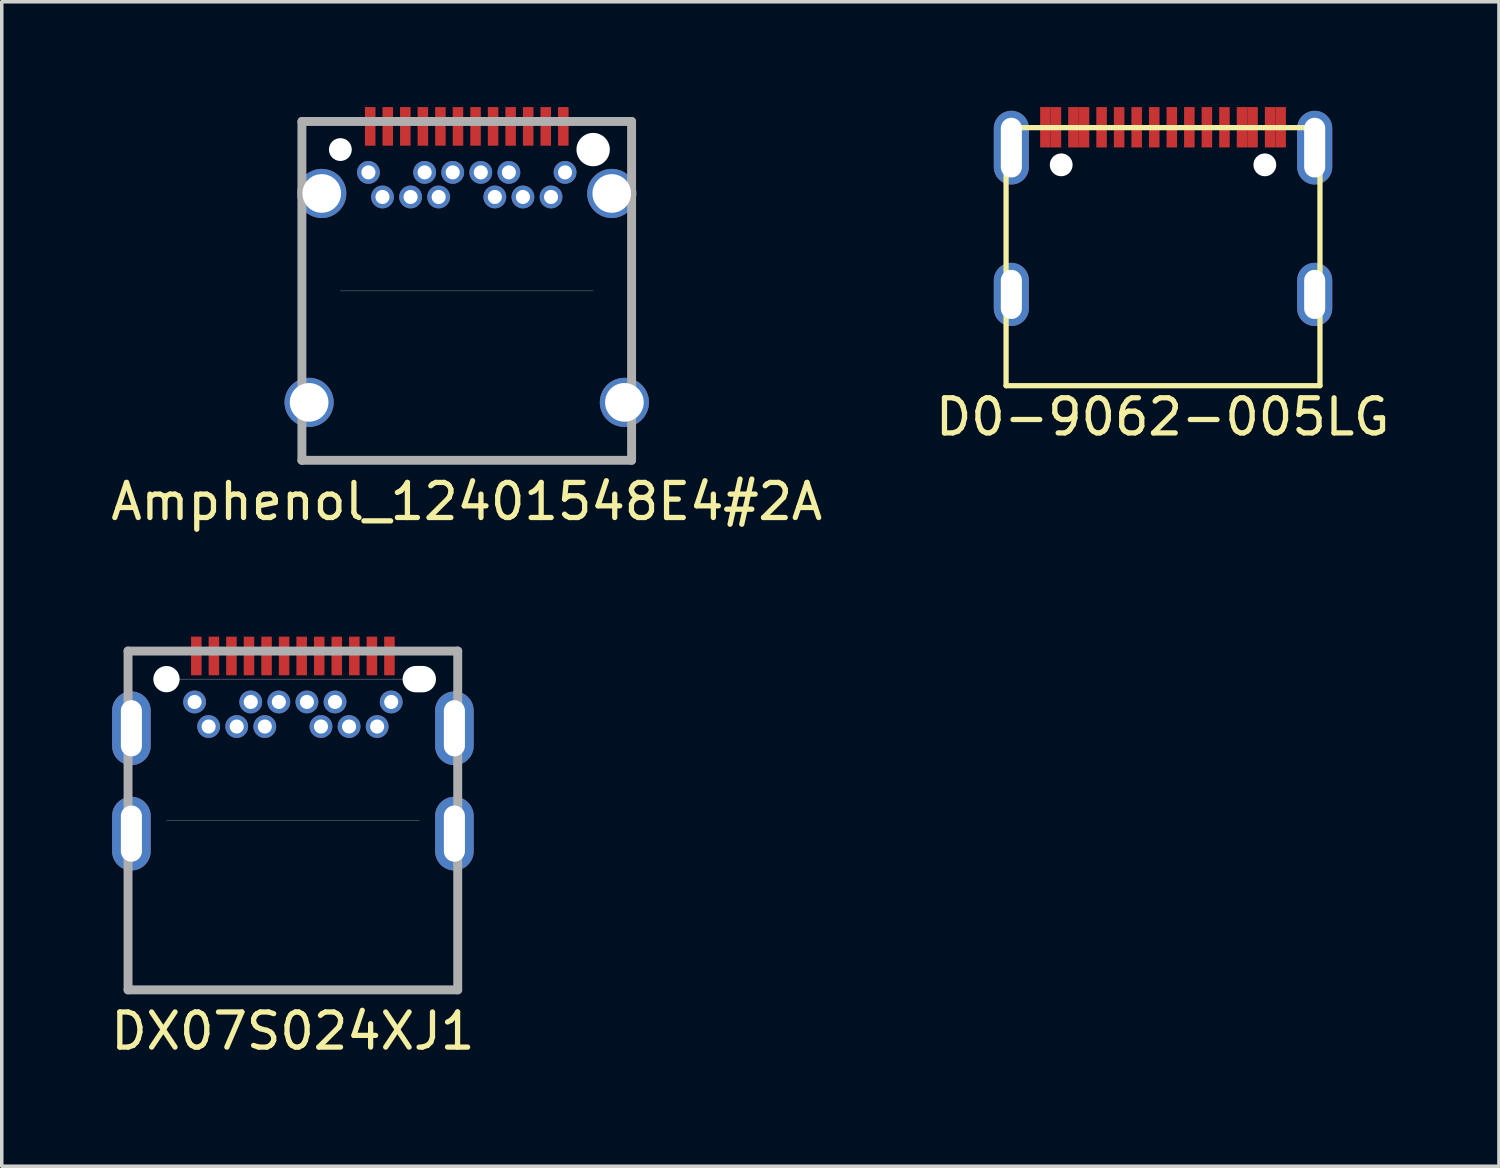
<source format=kicad_pcb>
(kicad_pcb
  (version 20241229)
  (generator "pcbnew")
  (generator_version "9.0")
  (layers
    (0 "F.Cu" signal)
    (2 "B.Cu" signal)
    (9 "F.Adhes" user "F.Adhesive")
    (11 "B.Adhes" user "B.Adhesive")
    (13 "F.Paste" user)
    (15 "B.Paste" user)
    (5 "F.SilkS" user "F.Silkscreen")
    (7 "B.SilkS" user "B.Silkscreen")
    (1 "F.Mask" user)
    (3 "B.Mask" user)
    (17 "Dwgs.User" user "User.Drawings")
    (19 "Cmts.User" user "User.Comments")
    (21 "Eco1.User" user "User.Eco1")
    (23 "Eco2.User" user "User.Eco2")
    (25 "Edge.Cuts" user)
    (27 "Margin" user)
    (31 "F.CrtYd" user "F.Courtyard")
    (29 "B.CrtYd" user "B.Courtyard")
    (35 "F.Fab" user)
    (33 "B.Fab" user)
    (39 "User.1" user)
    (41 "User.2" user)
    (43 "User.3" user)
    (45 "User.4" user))
  (footprint "D0-9062-005LG"
    (layer "F.Cu")
    (at 30.075 4.255)
    (property "Reference" "D0-9062-005LG" (at -0.01 4.57 0) (layer "F.SilkS") (effects (font (size 1 1) (thickness 0.15))))
    (attr through_hole)
    (fp_line (start -4.47 -3.67) (end -4.47 3.68) (stroke (width 0.15) (type solid)) (layer "F.SilkS"))
    (fp_line (start -4.47 -3.67) (end 4.47 -3.67) (stroke (width 0.15) (type solid)) (layer "F.SilkS"))
    (fp_line (start -4.47 3.68) (end 4.47 3.68) (stroke (width 0.15) (type solid)) (layer "F.SilkS"))
    (fp_line (start 4.47 -3.67) (end 4.47 3.68) (stroke (width 0.15) (type solid)) (layer "F.SilkS"))
    (pad "" thru_hole oval (at -4.32 -3.1) (size 1 2.1) (drill oval 0.6 1.7) (layers "*.Cu" "*.Mask"))
    (pad "" thru_hole oval (at -4.32 1.08) (size 1 1.8) (drill oval 0.6 1.4) (layers "*.Cu" "*.Mask"))
    (pad "" np_thru_hole circle (at -2.9 -2.61) (size 0.65 0.65) (drill 0.65) (layers "*.Cu" "*.Mask"))
    (pad "" np_thru_hole circle (at 2.9 -2.61) (size 0.65 0.65) (drill 0.65) (layers "*.Cu" "*.Mask"))
    (pad "" thru_hole oval (at 4.32 -3.1) (size 1 2.1) (drill oval 0.6 1.7) (layers "*.Cu" "*.Mask"))
    (pad "" thru_hole oval (at 4.32 1.08) (size 1 1.8) (drill oval 0.6 1.4) (layers "*.Cu" "*.Mask"))
    (pad "A1" smd rect (at -3.35 -3.68) (size 0.3 1.15) (layers "F.Cu" "F.Mask" "F.Paste"))
    (pad "A4" smd rect (at -2.55 -3.68) (size 0.3 1.15) (layers "F.Cu" "F.Mask" "F.Paste"))
    (pad "A5" smd rect (at -1.25 -3.68) (size 0.3 1.15) (layers "F.Cu" "F.Mask" "F.Paste"))
    (pad "A6" smd rect (at -0.25 -3.68) (size 0.3 1.15) (layers "F.Cu" "F.Mask" "F.Paste"))
    (pad "A7" smd rect (at 0.25 -3.68) (size 0.3 1.15) (layers "F.Cu" "F.Mask" "F.Paste"))
    (pad "A8" smd rect (at 1.25 -3.68) (size 0.3 1.15) (layers "F.Cu" "F.Mask" "F.Paste"))
    (pad "A9" smd rect (at 2.55 -3.68) (size 0.3 1.15) (layers "F.Cu" "F.Mask" "F.Paste"))
    (pad "A12" smd rect (at 3.35 -3.68) (size 0.3 1.15) (layers "F.Cu" "F.Mask" "F.Paste"))
    (pad "B1" smd rect (at 3.05 -3.68) (size 0.3 1.15) (layers "F.Cu" "F.Mask" "F.Paste"))
    (pad "B4" smd rect (at 2.25 -3.68) (size 0.3 1.15) (layers "F.Cu" "F.Mask" "F.Paste"))
    (pad "B5" smd rect (at 1.75 -3.68) (size 0.3 1.15) (layers "F.Cu" "F.Mask" "F.Paste"))
    (pad "B6" smd rect (at 0.75 -3.68) (size 0.3 1.15) (layers "F.Cu" "F.Mask" "F.Paste"))
    (pad "B7" smd rect (at -0.75 -3.68) (size 0.3 1.15) (layers "F.Cu" "F.Mask" "F.Paste"))
    (pad "B8" smd rect (at -1.75 -3.68) (size 0.3 1.15) (layers "F.Cu" "F.Mask" "F.Paste"))
    (pad "B9" smd rect (at -2.25 -3.68) (size 0.3 1.15) (layers "F.Cu" "F.Mask" "F.Paste"))
    (pad "B12" smd rect (at -3.05 -3.68) (size 0.3 1.15) (layers "F.Cu" "F.Mask" "F.Paste")))
  (footprint "DX07S024XJ1"
    (layer "F.Cu")
    (at 5.292 20.318)
    (property "Reference" "DX07S024XJ1" (at 0 6 0) (layer "F.SilkS") (effects (font (size 1 1) (thickness 0.15))))
    (attr through_hole)
    (fp_line (start -4.695 -4.825) (end -4.695 4.825) (stroke (width 0.254) (type solid)) (layer "F.Fab"))
    (fp_line (start -4.695 -4.825) (end 4.695 -4.825) (stroke (width 0.254) (type solid)) (layer "F.Fab"))
    (fp_line (start -4.695 4.825) (end 4.695 4.825) (stroke (width 0.254) (type solid)) (layer "F.Fab"))
    (fp_line (start -3.6 -4.025) (end 3.6 -4.025) (stroke (width 0.01) (type solid)) (layer "F.Fab"))
    (fp_line (start -3.6 0) (end 3.6 0) (stroke (width 0.01) (type solid)) (layer "F.Fab"))
    (fp_line (start 4.695 -4.825) (end 4.695 4.825) (stroke (width 0.254) (type solid)) (layer "F.Fab"))
    (pad "" np_thru_hole oval (at -4.6 -2.625) (size 1.1 2.1) (drill oval 0.6 1.6) (layers "*.Cu" "*.Mask"))
    (pad "" np_thru_hole oval (at -4.6 0.375) (size 1.1 2.1) (drill oval 0.6 1.6) (layers "*.Cu" "*.Mask"))
    (pad "" np_thru_hole circle (at -3.6 -4.025) (size 0.75 0.75) (drill 0.75) (layers "*.Cu" "*.Mask"))
    (pad "" np_thru_hole oval (at 3.6 -4.025) (size 0.95 0.75) (drill oval 0.95 0.75) (layers "*.Cu" "*.Mask"))
    (pad "" np_thru_hole oval (at 4.6 -2.625) (size 1.1 2.1) (drill oval 0.6 1.6) (layers "*.Cu" "*.Mask"))
    (pad "" np_thru_hole oval (at 4.6 0.375) (size 1.1 2.1) (drill oval 0.6 1.6) (layers "*.Cu" "*.Mask"))
    (pad "A1" smd rect (at -2.75 -4.685) (size 0.3 1.1) (layers "F.Cu" "F.Mask" "F.Paste"))
    (pad "A2" smd rect (at -2.25 -4.685) (size 0.3 1.1) (layers "F.Cu" "F.Mask" "F.Paste"))
    (pad "A3" smd rect (at -1.75 -4.685) (size 0.3 1.1) (layers "F.Cu" "F.Mask" "F.Paste"))
    (pad "A4" smd rect (at -1.25 -4.685) (size 0.3 1.1) (layers "F.Cu" "F.Mask" "F.Paste"))
    (pad "A5" smd rect (at -0.75 -4.685) (size 0.3 1.1) (layers "F.Cu" "F.Mask" "F.Paste"))
    (pad "A6" smd rect (at -0.25 -4.685) (size 0.3 1.1) (layers "F.Cu" "F.Mask" "F.Paste"))
    (pad "A7" smd rect (at 0.25 -4.685) (size 0.3 1.1) (layers "F.Cu" "F.Mask" "F.Paste"))
    (pad "A8" smd rect (at 0.75 -4.685) (size 0.3 1.1) (layers "F.Cu" "F.Mask" "F.Paste"))
    (pad "A9" smd rect (at 1.25 -4.685) (size 0.3 1.1) (layers "F.Cu" "F.Mask" "F.Paste"))
    (pad "A10" smd rect (at 1.75 -4.685) (size 0.3 1.1) (layers "F.Cu" "F.Mask" "F.Paste"))
    (pad "A11" smd rect (at 2.25 -4.685) (size 0.3 1.1) (layers "F.Cu" "F.Mask" "F.Paste"))
    (pad "A12" smd rect (at 2.75 -4.685) (size 0.3 1.1) (layers "F.Cu" "F.Mask" "F.Paste"))
    (pad "B1" thru_hole circle (at 2.8 -3.375) (size 0.65 0.65) (drill 0.4) (layers "*.Cu" "*.Mask"))
    (pad "B2" thru_hole circle (at 2.4 -2.675) (size 0.65 0.65) (drill 0.4) (layers "*.Cu" "*.Mask"))
    (pad "B3" thru_hole circle (at 1.6 -2.675) (size 0.65 0.65) (drill 0.4) (layers "*.Cu" "*.Mask"))
    (pad "B4" thru_hole circle (at 1.2 -3.375) (size 0.65 0.65) (drill 0.4) (layers "*.Cu" "*.Mask"))
    (pad "B5" thru_hole circle (at 0.8 -2.675) (size 0.65 0.65) (drill 0.4) (layers "*.Cu" "*.Mask"))
    (pad "B6" thru_hole circle (at 0.4 -3.375) (size 0.65 0.65) (drill 0.4) (layers "*.Cu" "*.Mask"))
    (pad "B7" thru_hole circle (at -0.4 -3.375) (size 0.65 0.65) (drill 0.4) (layers "*.Cu" "*.Mask"))
    (pad "B8" thru_hole circle (at -0.8 -2.675) (size 0.65 0.65) (drill 0.4) (layers "*.Cu" "*.Mask"))
    (pad "B9" thru_hole circle (at -1.2 -3.375) (size 0.65 0.65) (drill 0.4) (layers "*.Cu" "*.Mask"))
    (pad "B10" thru_hole circle (at -1.6 -2.675) (size 0.65 0.65) (drill 0.4) (layers "*.Cu" "*.Mask"))
    (pad "B11" thru_hole circle (at -2.4 -2.675) (size 0.65 0.65) (drill 0.4) (layers "*.Cu" "*.Mask"))
    (pad "B12" thru_hole circle (at -2.8 -3.375) (size 0.65 0.65) (drill 0.4) (layers "*.Cu" "*.Mask")))
  (footprint "Amphenol_12401548E4#2A"
    (layer "F.Cu")
    (at 10.244 5.235)
    (property "Reference" "Amphenol_12401548E4#2A" (at 0 6 0) (layer "F.SilkS") (effects (font (size 1 1) (thickness 0.15))))
    (attr through_hole)
    (fp_line (start -4.695 -4.825) (end -4.695 4.825) (stroke (width 0.254) (type solid)) (layer "F.Fab"))
    (fp_line (start -4.695 -4.825) (end 4.695 -4.825) (stroke (width 0.254) (type solid)) (layer "F.Fab"))
    (fp_line (start -4.695 4.825) (end 4.695 4.825) (stroke (width 0.254) (type solid)) (layer "F.Fab"))
    (fp_line (start -3.6 0) (end 3.6 0) (stroke (width 0.01) (type solid)) (layer "F.Fab"))
    (fp_line (start 4.695 -4.825) (end 4.695 4.825) (stroke (width 0.254) (type solid)) (layer "F.Fab"))
    (pad "" np_thru_hole circle (at -4.49 3.175) (size 1.4 1.4) (drill 1.1) (layers "*.Cu" "*.Mask"))
    (pad "" np_thru_hole circle (at -4.13 -2.775) (size 1.4 1.4) (drill 1.1) (layers "*.Cu" "*.Mask"))
    (pad "" np_thru_hole circle (at -3.6 -4.025) (size 0.65 0.65) (drill 0.65) (layers "*.Cu" "*.Mask"))
    (pad "" np_thru_hole circle (at 3.6 -4.025) (size 0.95 0.95) (drill 0.95) (layers "*.Cu" "*.Mask"))
    (pad "" np_thru_hole circle (at 4.13 -2.775) (size 1.4 1.4) (drill 1.1) (layers "*.Cu" "*.Mask"))
    (pad "" np_thru_hole circle (at 4.49 3.175) (size 1.4 1.4) (drill 1.1) (layers "*.Cu" "*.Mask"))
    (pad "A1" smd rect (at -2.75 -4.685) (size 0.3 1.1) (layers "F.Cu" "F.Mask" "F.Paste"))
    (pad "A2" smd rect (at -2.25 -4.685) (size 0.3 1.1) (layers "F.Cu" "F.Mask" "F.Paste"))
    (pad "A3" smd rect (at -1.75 -4.685) (size 0.3 1.1) (layers "F.Cu" "F.Mask" "F.Paste"))
    (pad "A4" smd rect (at -1.25 -4.685) (size 0.3 1.1) (layers "F.Cu" "F.Mask" "F.Paste"))
    (pad "A5" smd rect (at -0.75 -4.685) (size 0.3 1.1) (layers "F.Cu" "F.Mask" "F.Paste"))
    (pad "A6" smd rect (at -0.25 -4.685) (size 0.3 1.1) (layers "F.Cu" "F.Mask" "F.Paste"))
    (pad "A7" smd rect (at 0.25 -4.685) (size 0.3 1.1) (layers "F.Cu" "F.Mask" "F.Paste"))
    (pad "A8" smd rect (at 0.75 -4.685) (size 0.3 1.1) (layers "F.Cu" "F.Mask" "F.Paste"))
    (pad "A9" smd rect (at 1.25 -4.685) (size 0.3 1.1) (layers "F.Cu" "F.Mask" "F.Paste"))
    (pad "A10" smd rect (at 1.75 -4.685) (size 0.3 1.1) (layers "F.Cu" "F.Mask" "F.Paste"))
    (pad "A11" smd rect (at 2.25 -4.685) (size 0.3 1.1) (layers "F.Cu" "F.Mask" "F.Paste"))
    (pad "A12" smd rect (at 2.75 -4.685) (size 0.3 1.1) (layers "F.Cu" "F.Mask" "F.Paste"))
    (pad "B1" thru_hole circle (at 2.8 -3.375) (size 0.65 0.65) (drill 0.4) (layers "*.Cu" "*.Mask"))
    (pad "B2" thru_hole circle (at 2.4 -2.675) (size 0.65 0.65) (drill 0.4) (layers "*.Cu" "*.Mask"))
    (pad "B3" thru_hole circle (at 1.6 -2.675) (size 0.65 0.65) (drill 0.4) (layers "*.Cu" "*.Mask"))
    (pad "B4" thru_hole circle (at 1.2 -3.375) (size 0.65 0.65) (drill 0.4) (layers "*.Cu" "*.Mask"))
    (pad "B5" thru_hole circle (at 0.8 -2.675) (size 0.65 0.65) (drill 0.4) (layers "*.Cu" "*.Mask"))
    (pad "B6" thru_hole circle (at 0.4 -3.375) (size 0.65 0.65) (drill 0.4) (layers "*.Cu" "*.Mask"))
    (pad "B7" thru_hole circle (at -0.4 -3.375) (size 0.65 0.65) (drill 0.4) (layers "*.Cu" "*.Mask"))
    (pad "B8" thru_hole circle (at -0.8 -2.675) (size 0.65 0.65) (drill 0.4) (layers "*.Cu" "*.Mask"))
    (pad "B9" thru_hole circle (at -1.2 -3.375) (size 0.65 0.65) (drill 0.4) (layers "*.Cu" "*.Mask"))
    (pad "B10" thru_hole circle (at -1.6 -2.675) (size 0.65 0.65) (drill 0.4) (layers "*.Cu" "*.Mask"))
    (pad "B11" thru_hole circle (at -2.4 -2.675) (size 0.65 0.65) (drill 0.4) (layers "*.Cu" "*.Mask"))
    (pad "B12" thru_hole circle (at -2.8 -3.375) (size 0.65 0.65) (drill 0.4) (layers "*.Cu" "*.Mask")))
  (gr_rect
    (start -3 -3)
    (end 39.643 30.166)
    (stroke (width 0.1) (type default))
    (fill no)
    (layer "Edge.Cuts")))
</source>
